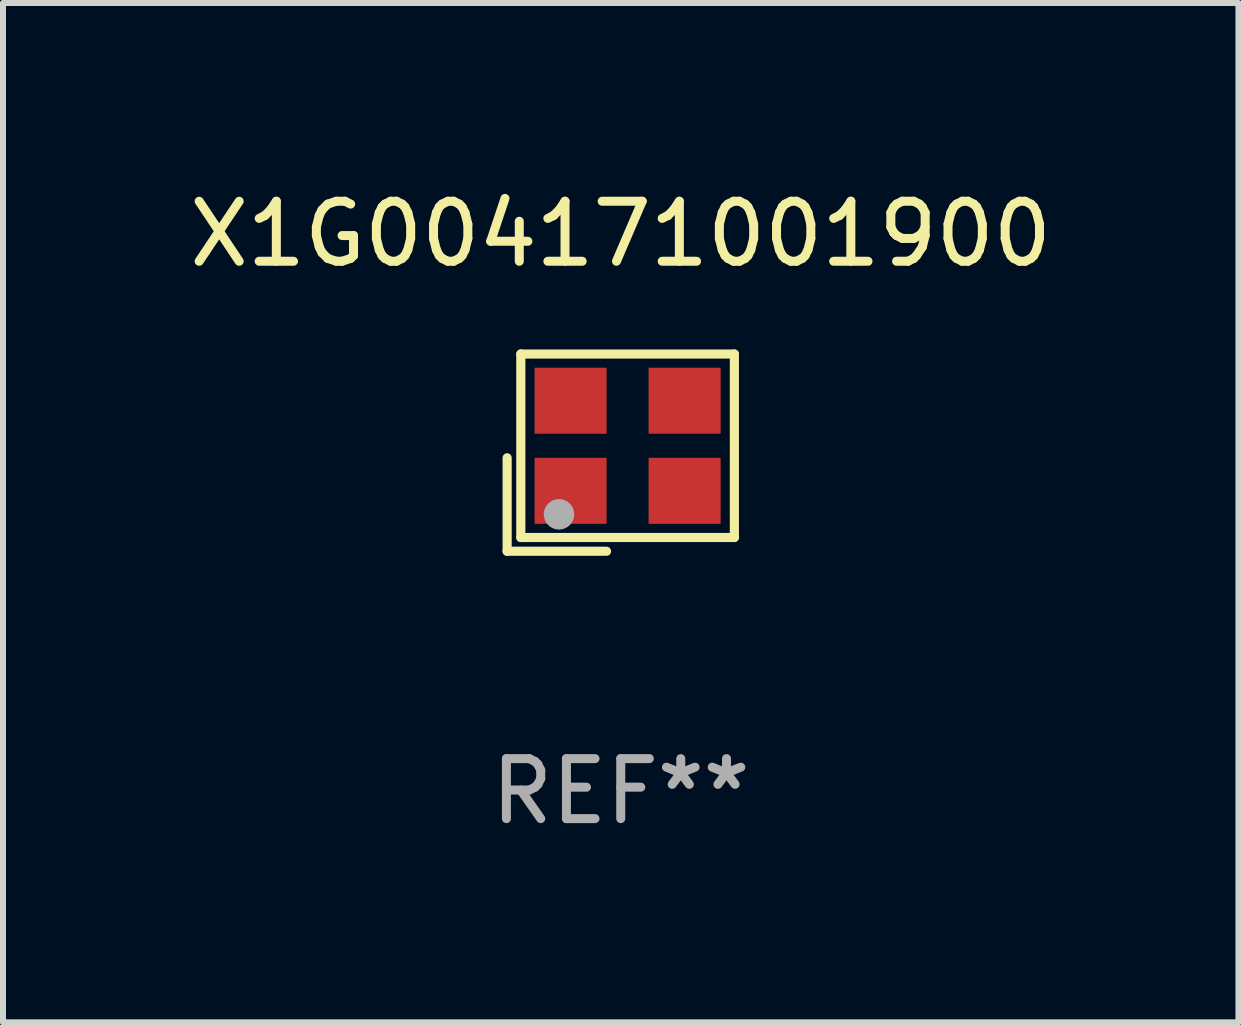
<source format=kicad_pcb>
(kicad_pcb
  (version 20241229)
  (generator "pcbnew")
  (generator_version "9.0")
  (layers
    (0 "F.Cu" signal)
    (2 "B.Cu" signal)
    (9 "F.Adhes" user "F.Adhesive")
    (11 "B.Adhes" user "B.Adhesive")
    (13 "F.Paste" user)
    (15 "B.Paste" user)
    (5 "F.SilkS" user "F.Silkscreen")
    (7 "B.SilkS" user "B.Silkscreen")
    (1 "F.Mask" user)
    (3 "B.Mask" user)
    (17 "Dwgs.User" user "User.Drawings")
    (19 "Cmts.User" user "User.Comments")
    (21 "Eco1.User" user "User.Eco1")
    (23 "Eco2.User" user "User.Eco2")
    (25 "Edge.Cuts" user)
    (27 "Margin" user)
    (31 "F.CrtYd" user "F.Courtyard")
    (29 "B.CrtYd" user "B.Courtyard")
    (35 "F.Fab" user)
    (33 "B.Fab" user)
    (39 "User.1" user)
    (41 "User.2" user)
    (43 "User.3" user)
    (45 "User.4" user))
  (footprint "X1G004171001900"
    (layer "F.Cu")
    (at 7.292 4.491)
    (property "Reference" "X1G004171001900" (at 0 -3.643 0) (layer "F.SilkS") (effects (font (size 1 1) (thickness 0.15))))
    (attr through_hole)
    (fp_line (start -1.893 0.086) (end -1.893 1.643) (stroke (width 0.152) (type solid)) (layer "F.SilkS"))
    (fp_line (start -1.893 1.643) (end -0.237 1.643) (stroke (width 0.152) (type solid)) (layer "F.SilkS"))
    (fp_line (start -1.665 -1.643) (end 1.893 -1.643) (stroke (width 0.152) (type solid)) (layer "F.SilkS"))
    (fp_line (start -1.665 1.414) (end -1.665 -1.643) (stroke (width 0.152) (type solid)) (layer "F.SilkS"))
    (fp_line (start 1.893 -1.643) (end 1.893 1.414) (stroke (width 0.152) (type solid)) (layer "F.SilkS"))
    (fp_line (start 1.893 1.414) (end -1.665 1.414) (stroke (width 0.152) (type solid)) (layer "F.SilkS"))
    (fp_circle (center -1.136 0.885) (end -1.106 0.885) (stroke (width 0.06) (type solid)) (fill no) (layer "F.SilkS"))
    (fp_circle (center -1.029 1.028) (end -0.902 1.028) (stroke (width 0.254) (type solid)) (fill no) (layer "F.Fab"))
    (fp_text user "REF**" (at 0 5.643 0) (layer "F.Fab") (effects (font (size 1 1) (thickness 0.15))))
    (pad "1" smd rect (at -0.836 0.636) (size 1.2 1.1) (layers "F.Cu" "F.Mask" "F.Paste"))
    (pad "2" smd rect (at 1.064 0.636) (size 1.2 1.1) (layers "F.Cu" "F.Mask" "F.Paste"))
    (pad "3" smd rect (at 1.064 -0.865) (size 1.2 1.1) (layers "F.Cu" "F.Mask" "F.Paste"))
    (pad "4" smd rect (at -0.836 -0.865) (size 1.2 1.1) (layers "F.Cu" "F.Mask" "F.Paste")))
  (gr_rect
    (start -3 -3)
    (end 17.583 13.983)
    (stroke (width 0.1) (type default))
    (fill no)
    (layer "Edge.Cuts")))
</source>
